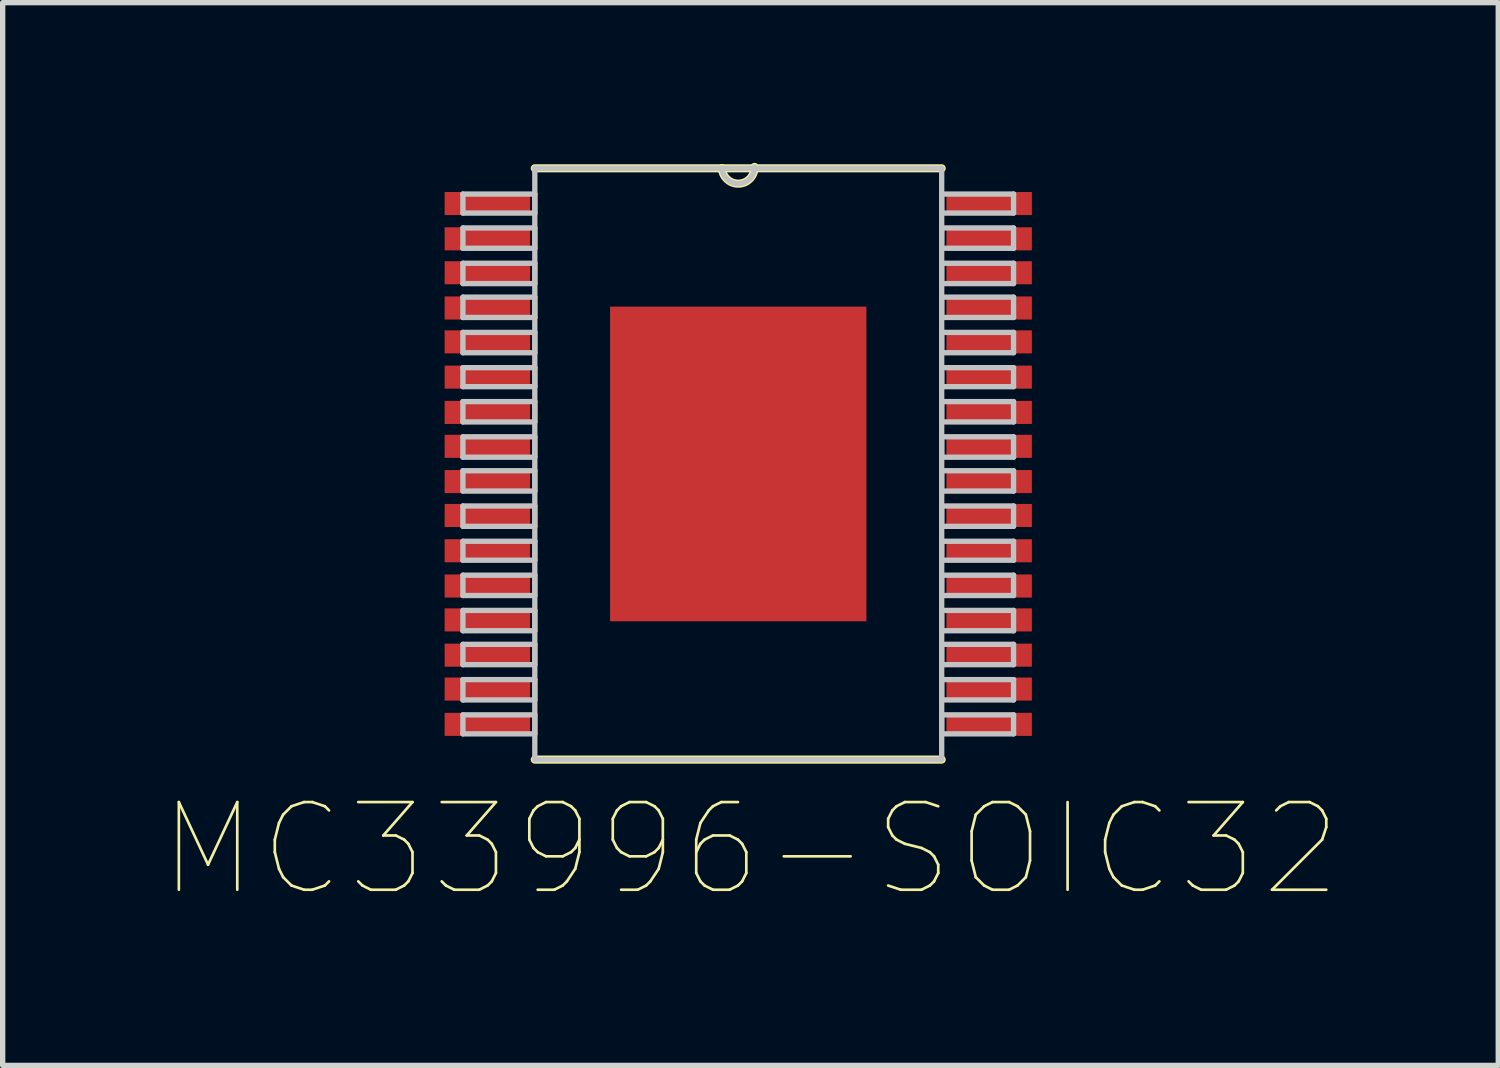
<source format=kicad_pcb>
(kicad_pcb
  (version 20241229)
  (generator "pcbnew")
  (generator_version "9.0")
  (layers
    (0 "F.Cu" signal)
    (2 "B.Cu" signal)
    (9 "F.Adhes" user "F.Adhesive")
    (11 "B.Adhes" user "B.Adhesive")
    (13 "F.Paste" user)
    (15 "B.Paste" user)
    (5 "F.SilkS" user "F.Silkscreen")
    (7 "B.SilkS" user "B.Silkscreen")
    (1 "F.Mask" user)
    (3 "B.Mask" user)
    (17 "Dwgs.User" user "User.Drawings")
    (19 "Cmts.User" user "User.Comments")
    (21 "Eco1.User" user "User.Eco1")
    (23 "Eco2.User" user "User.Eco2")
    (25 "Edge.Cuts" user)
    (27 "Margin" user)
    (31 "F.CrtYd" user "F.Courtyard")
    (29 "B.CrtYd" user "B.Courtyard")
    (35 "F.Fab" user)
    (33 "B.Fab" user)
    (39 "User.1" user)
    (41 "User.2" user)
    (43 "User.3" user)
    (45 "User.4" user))
  (footprint "MC33996-SOIC32"
    (layer "F.Cu")
    (at 10.776 5.639)
    (property "Reference" "MC33996-SOIC32" (at 0.229 7.217 0) (layer "F.SilkS") (effects (font (size 1.641 1.641) (thickness 0.05))))
    (attr smd)
    (fp_line (start -3.81 5.537) (end 3.81 5.537) (stroke (width 0.152) (type solid)) (layer "F.SilkS"))
    (fp_line (start -0.305 -5.537) (end -3.81 -5.537) (stroke (width 0.152) (type solid)) (layer "F.SilkS"))
    (fp_line (start 3.81 -5.537) (end -0.305 -5.537) (stroke (width 0.152) (type solid)) (layer "F.SilkS"))
    (fp_arc (start 0.3048 -5.5626) (mid 0.0127 -5.2451) (end -0.3048 -5.5372) (stroke (width 0.1524) (type solid)) (layer "F.SilkS"))
    (fp_line (start -5.156 -5.055) (end -5.156 -4.699) (stroke (width 0.1) (type solid)) (layer "Dwgs.User"))
    (fp_line (start -5.156 -4.699) (end -3.81 -4.699) (stroke (width 0.1) (type solid)) (layer "Dwgs.User"))
    (fp_line (start -5.156 -4.42) (end -5.156 -4.039) (stroke (width 0.1) (type solid)) (layer "Dwgs.User"))
    (fp_line (start -5.156 -4.039) (end -3.81 -4.039) (stroke (width 0.1) (type solid)) (layer "Dwgs.User"))
    (fp_line (start -5.156 -3.759) (end -5.156 -3.378) (stroke (width 0.1) (type solid)) (layer "Dwgs.User"))
    (fp_line (start -5.156 -3.378) (end -3.81 -3.378) (stroke (width 0.1) (type solid)) (layer "Dwgs.User"))
    (fp_line (start -5.156 -3.124) (end -5.156 -2.743) (stroke (width 0.1) (type solid)) (layer "Dwgs.User"))
    (fp_line (start -5.156 -2.743) (end -3.81 -2.743) (stroke (width 0.1) (type solid)) (layer "Dwgs.User"))
    (fp_line (start -5.156 -2.464) (end -5.156 -2.083) (stroke (width 0.1) (type solid)) (layer "Dwgs.User"))
    (fp_line (start -5.156 -2.083) (end -3.81 -2.083) (stroke (width 0.1) (type solid)) (layer "Dwgs.User"))
    (fp_line (start -5.156 -1.803) (end -5.156 -1.448) (stroke (width 0.1) (type solid)) (layer "Dwgs.User"))
    (fp_line (start -5.156 -1.448) (end -3.81 -1.448) (stroke (width 0.1) (type solid)) (layer "Dwgs.User"))
    (fp_line (start -5.156 -1.168) (end -5.156 -0.787) (stroke (width 0.1) (type solid)) (layer "Dwgs.User"))
    (fp_line (start -5.156 -0.787) (end -3.81 -0.787) (stroke (width 0.1) (type solid)) (layer "Dwgs.User"))
    (fp_line (start -5.156 -0.508) (end -5.156 -0.127) (stroke (width 0.1) (type solid)) (layer "Dwgs.User"))
    (fp_line (start -5.156 -0.127) (end -3.81 -0.127) (stroke (width 0.1) (type solid)) (layer "Dwgs.User"))
    (fp_line (start -5.156 0.127) (end -5.156 0.508) (stroke (width 0.1) (type solid)) (layer "Dwgs.User"))
    (fp_line (start -5.156 0.508) (end -3.81 0.508) (stroke (width 0.1) (type solid)) (layer "Dwgs.User"))
    (fp_line (start -5.156 0.787) (end -5.156 1.168) (stroke (width 0.1) (type solid)) (layer "Dwgs.User"))
    (fp_line (start -5.156 1.168) (end -3.81 1.168) (stroke (width 0.1) (type solid)) (layer "Dwgs.User"))
    (fp_line (start -5.156 1.448) (end -5.156 1.803) (stroke (width 0.1) (type solid)) (layer "Dwgs.User"))
    (fp_line (start -5.156 1.803) (end -3.81 1.803) (stroke (width 0.1) (type solid)) (layer "Dwgs.User"))
    (fp_line (start -5.156 2.083) (end -5.156 2.464) (stroke (width 0.1) (type solid)) (layer "Dwgs.User"))
    (fp_line (start -5.156 2.464) (end -3.81 2.464) (stroke (width 0.1) (type solid)) (layer "Dwgs.User"))
    (fp_line (start -5.156 2.743) (end -5.156 3.124) (stroke (width 0.1) (type solid)) (layer "Dwgs.User"))
    (fp_line (start -5.156 3.124) (end -3.81 3.124) (stroke (width 0.1) (type solid)) (layer "Dwgs.User"))
    (fp_line (start -5.156 3.378) (end -5.156 3.759) (stroke (width 0.1) (type solid)) (layer "Dwgs.User"))
    (fp_line (start -5.156 3.759) (end -3.81 3.759) (stroke (width 0.1) (type solid)) (layer "Dwgs.User"))
    (fp_line (start -5.156 4.039) (end -5.156 4.42) (stroke (width 0.1) (type solid)) (layer "Dwgs.User"))
    (fp_line (start -5.156 4.42) (end -3.81 4.42) (stroke (width 0.1) (type solid)) (layer "Dwgs.User"))
    (fp_line (start -5.156 4.699) (end -5.156 5.055) (stroke (width 0.1) (type solid)) (layer "Dwgs.User"))
    (fp_line (start -5.156 5.055) (end -3.81 5.055) (stroke (width 0.1) (type solid)) (layer "Dwgs.User"))
    (fp_line (start -3.81 -5.537) (end -3.81 5.537) (stroke (width 0.1) (type solid)) (layer "Dwgs.User"))
    (fp_line (start -3.81 -5.055) (end -5.156 -5.055) (stroke (width 0.1) (type solid)) (layer "Dwgs.User"))
    (fp_line (start -3.81 -4.699) (end -3.81 -5.055) (stroke (width 0.1) (type solid)) (layer "Dwgs.User"))
    (fp_line (start -3.81 -4.42) (end -5.156 -4.42) (stroke (width 0.1) (type solid)) (layer "Dwgs.User"))
    (fp_line (start -3.81 -4.039) (end -3.81 -4.42) (stroke (width 0.1) (type solid)) (layer "Dwgs.User"))
    (fp_line (start -3.81 -3.759) (end -5.156 -3.759) (stroke (width 0.1) (type solid)) (layer "Dwgs.User"))
    (fp_line (start -3.81 -3.378) (end -3.81 -3.759) (stroke (width 0.1) (type solid)) (layer "Dwgs.User"))
    (fp_line (start -3.81 -3.124) (end -5.156 -3.124) (stroke (width 0.1) (type solid)) (layer "Dwgs.User"))
    (fp_line (start -3.81 -2.743) (end -3.81 -3.124) (stroke (width 0.1) (type solid)) (layer "Dwgs.User"))
    (fp_line (start -3.81 -2.464) (end -5.156 -2.464) (stroke (width 0.1) (type solid)) (layer "Dwgs.User"))
    (fp_line (start -3.81 -2.083) (end -3.81 -2.464) (stroke (width 0.1) (type solid)) (layer "Dwgs.User"))
    (fp_line (start -3.81 -1.803) (end -5.156 -1.803) (stroke (width 0.1) (type solid)) (layer "Dwgs.User"))
    (fp_line (start -3.81 -1.448) (end -3.81 -1.803) (stroke (width 0.1) (type solid)) (layer "Dwgs.User"))
    (fp_line (start -3.81 -1.168) (end -5.156 -1.168) (stroke (width 0.1) (type solid)) (layer "Dwgs.User"))
    (fp_line (start -3.81 -0.787) (end -3.81 -1.168) (stroke (width 0.1) (type solid)) (layer "Dwgs.User"))
    (fp_line (start -3.81 -0.508) (end -5.156 -0.508) (stroke (width 0.1) (type solid)) (layer "Dwgs.User"))
    (fp_line (start -3.81 -0.127) (end -3.81 -0.508) (stroke (width 0.1) (type solid)) (layer "Dwgs.User"))
    (fp_line (start -3.81 0.127) (end -5.156 0.127) (stroke (width 0.1) (type solid)) (layer "Dwgs.User"))
    (fp_line (start -3.81 0.508) (end -3.81 0.127) (stroke (width 0.1) (type solid)) (layer "Dwgs.User"))
    (fp_line (start -3.81 0.787) (end -5.156 0.787) (stroke (width 0.1) (type solid)) (layer "Dwgs.User"))
    (fp_line (start -3.81 1.168) (end -3.81 0.787) (stroke (width 0.1) (type solid)) (layer "Dwgs.User"))
    (fp_line (start -3.81 1.448) (end -5.156 1.448) (stroke (width 0.1) (type solid)) (layer "Dwgs.User"))
    (fp_line (start -3.81 1.803) (end -3.81 1.448) (stroke (width 0.1) (type solid)) (layer "Dwgs.User"))
    (fp_line (start -3.81 2.083) (end -5.156 2.083) (stroke (width 0.1) (type solid)) (layer "Dwgs.User"))
    (fp_line (start -3.81 2.464) (end -3.81 2.083) (stroke (width 0.1) (type solid)) (layer "Dwgs.User"))
    (fp_line (start -3.81 2.743) (end -5.156 2.743) (stroke (width 0.1) (type solid)) (layer "Dwgs.User"))
    (fp_line (start -3.81 3.124) (end -3.81 2.743) (stroke (width 0.1) (type solid)) (layer "Dwgs.User"))
    (fp_line (start -3.81 3.378) (end -5.156 3.378) (stroke (width 0.1) (type solid)) (layer "Dwgs.User"))
    (fp_line (start -3.81 3.759) (end -3.81 3.378) (stroke (width 0.1) (type solid)) (layer "Dwgs.User"))
    (fp_line (start -3.81 4.039) (end -5.156 4.039) (stroke (width 0.1) (type solid)) (layer "Dwgs.User"))
    (fp_line (start -3.81 4.42) (end -3.81 4.039) (stroke (width 0.1) (type solid)) (layer "Dwgs.User"))
    (fp_line (start -3.81 4.699) (end -5.156 4.699) (stroke (width 0.1) (type solid)) (layer "Dwgs.User"))
    (fp_line (start -3.81 5.055) (end -3.81 4.699) (stroke (width 0.1) (type solid)) (layer "Dwgs.User"))
    (fp_line (start -3.81 5.537) (end 3.81 5.537) (stroke (width 0.1) (type solid)) (layer "Dwgs.User"))
    (fp_line (start -0.305 -5.537) (end -3.81 -5.537) (stroke (width 0.1) (type solid)) (layer "Dwgs.User"))
    (fp_line (start 3.81 -5.537) (end -0.305 -5.537) (stroke (width 0.1) (type solid)) (layer "Dwgs.User"))
    (fp_line (start 3.81 -5.055) (end 3.81 -4.699) (stroke (width 0.1) (type solid)) (layer "Dwgs.User"))
    (fp_line (start 3.81 -4.699) (end 5.156 -4.699) (stroke (width 0.1) (type solid)) (layer "Dwgs.User"))
    (fp_line (start 3.81 -4.42) (end 3.81 -4.039) (stroke (width 0.1) (type solid)) (layer "Dwgs.User"))
    (fp_line (start 3.81 -4.039) (end 5.156 -4.039) (stroke (width 0.1) (type solid)) (layer "Dwgs.User"))
    (fp_line (start 3.81 -3.759) (end 3.81 -3.378) (stroke (width 0.1) (type solid)) (layer "Dwgs.User"))
    (fp_line (start 3.81 -3.378) (end 5.156 -3.378) (stroke (width 0.1) (type solid)) (layer "Dwgs.User"))
    (fp_line (start 3.81 -3.124) (end 3.81 -2.743) (stroke (width 0.1) (type solid)) (layer "Dwgs.User"))
    (fp_line (start 3.81 -2.743) (end 5.156 -2.743) (stroke (width 0.1) (type solid)) (layer "Dwgs.User"))
    (fp_line (start 3.81 -2.464) (end 3.81 -2.083) (stroke (width 0.1) (type solid)) (layer "Dwgs.User"))
    (fp_line (start 3.81 -2.083) (end 5.156 -2.083) (stroke (width 0.1) (type solid)) (layer "Dwgs.User"))
    (fp_line (start 3.81 -1.803) (end 3.81 -1.448) (stroke (width 0.1) (type solid)) (layer "Dwgs.User"))
    (fp_line (start 3.81 -1.448) (end 5.156 -1.448) (stroke (width 0.1) (type solid)) (layer "Dwgs.User"))
    (fp_line (start 3.81 -1.168) (end 3.81 -0.787) (stroke (width 0.1) (type solid)) (layer "Dwgs.User"))
    (fp_line (start 3.81 -0.787) (end 5.156 -0.787) (stroke (width 0.1) (type solid)) (layer "Dwgs.User"))
    (fp_line (start 3.81 -0.508) (end 3.81 -0.127) (stroke (width 0.1) (type solid)) (layer "Dwgs.User"))
    (fp_line (start 3.81 -0.127) (end 5.156 -0.127) (stroke (width 0.1) (type solid)) (layer "Dwgs.User"))
    (fp_line (start 3.81 0.127) (end 3.81 0.508) (stroke (width 0.1) (type solid)) (layer "Dwgs.User"))
    (fp_line (start 3.81 0.508) (end 5.156 0.508) (stroke (width 0.1) (type solid)) (layer "Dwgs.User"))
    (fp_line (start 3.81 0.787) (end 3.81 1.168) (stroke (width 0.1) (type solid)) (layer "Dwgs.User"))
    (fp_line (start 3.81 1.168) (end 5.156 1.168) (stroke (width 0.1) (type solid)) (layer "Dwgs.User"))
    (fp_line (start 3.81 1.448) (end 3.81 1.803) (stroke (width 0.1) (type solid)) (layer "Dwgs.User"))
    (fp_line (start 3.81 1.803) (end 5.156 1.803) (stroke (width 0.1) (type solid)) (layer "Dwgs.User"))
    (fp_line (start 3.81 2.083) (end 3.81 2.464) (stroke (width 0.1) (type solid)) (layer "Dwgs.User"))
    (fp_line (start 3.81 2.464) (end 5.156 2.464) (stroke (width 0.1) (type solid)) (layer "Dwgs.User"))
    (fp_line (start 3.81 2.743) (end 3.81 3.124) (stroke (width 0.1) (type solid)) (layer "Dwgs.User"))
    (fp_line (start 3.81 3.124) (end 5.156 3.124) (stroke (width 0.1) (type solid)) (layer "Dwgs.User"))
    (fp_line (start 3.81 3.378) (end 3.81 3.759) (stroke (width 0.1) (type solid)) (layer "Dwgs.User"))
    (fp_line (start 3.81 3.759) (end 5.156 3.759) (stroke (width 0.1) (type solid)) (layer "Dwgs.User"))
    (fp_line (start 3.81 4.039) (end 3.81 4.42) (stroke (width 0.1) (type solid)) (layer "Dwgs.User"))
    (fp_line (start 3.81 4.42) (end 5.156 4.42) (stroke (width 0.1) (type solid)) (layer "Dwgs.User"))
    (fp_line (start 3.81 4.699) (end 3.81 5.055) (stroke (width 0.1) (type solid)) (layer "Dwgs.User"))
    (fp_line (start 3.81 5.055) (end 5.156 5.055) (stroke (width 0.1) (type solid)) (layer "Dwgs.User"))
    (fp_line (start 3.81 5.537) (end 3.81 -5.537) (stroke (width 0.1) (type solid)) (layer "Dwgs.User"))
    (fp_line (start 5.156 -5.055) (end 3.81 -5.055) (stroke (width 0.1) (type solid)) (layer "Dwgs.User"))
    (fp_line (start 5.156 -4.699) (end 5.156 -5.055) (stroke (width 0.1) (type solid)) (layer "Dwgs.User"))
    (fp_line (start 5.156 -4.42) (end 3.81 -4.42) (stroke (width 0.1) (type solid)) (layer "Dwgs.User"))
    (fp_line (start 5.156 -4.039) (end 5.156 -4.42) (stroke (width 0.1) (type solid)) (layer "Dwgs.User"))
    (fp_line (start 5.156 -3.759) (end 3.81 -3.759) (stroke (width 0.1) (type solid)) (layer "Dwgs.User"))
    (fp_line (start 5.156 -3.378) (end 5.156 -3.759) (stroke (width 0.1) (type solid)) (layer "Dwgs.User"))
    (fp_line (start 5.156 -3.124) (end 3.81 -3.124) (stroke (width 0.1) (type solid)) (layer "Dwgs.User"))
    (fp_line (start 5.156 -2.743) (end 5.156 -3.124) (stroke (width 0.1) (type solid)) (layer "Dwgs.User"))
    (fp_line (start 5.156 -2.464) (end 3.81 -2.464) (stroke (width 0.1) (type solid)) (layer "Dwgs.User"))
    (fp_line (start 5.156 -2.083) (end 5.156 -2.464) (stroke (width 0.1) (type solid)) (layer "Dwgs.User"))
    (fp_line (start 5.156 -1.803) (end 3.81 -1.803) (stroke (width 0.1) (type solid)) (layer "Dwgs.User"))
    (fp_line (start 5.156 -1.448) (end 5.156 -1.803) (stroke (width 0.1) (type solid)) (layer "Dwgs.User"))
    (fp_line (start 5.156 -1.168) (end 3.81 -1.168) (stroke (width 0.1) (type solid)) (layer "Dwgs.User"))
    (fp_line (start 5.156 -0.787) (end 5.156 -1.168) (stroke (width 0.1) (type solid)) (layer "Dwgs.User"))
    (fp_line (start 5.156 -0.508) (end 3.81 -0.508) (stroke (width 0.1) (type solid)) (layer "Dwgs.User"))
    (fp_line (start 5.156 -0.127) (end 5.156 -0.508) (stroke (width 0.1) (type solid)) (layer "Dwgs.User"))
    (fp_line (start 5.156 0.127) (end 3.81 0.127) (stroke (width 0.1) (type solid)) (layer "Dwgs.User"))
    (fp_line (start 5.156 0.508) (end 5.156 0.127) (stroke (width 0.1) (type solid)) (layer "Dwgs.User"))
    (fp_line (start 5.156 0.787) (end 3.81 0.787) (stroke (width 0.1) (type solid)) (layer "Dwgs.User"))
    (fp_line (start 5.156 1.168) (end 5.156 0.787) (stroke (width 0.1) (type solid)) (layer "Dwgs.User"))
    (fp_line (start 5.156 1.448) (end 3.81 1.448) (stroke (width 0.1) (type solid)) (layer "Dwgs.User"))
    (fp_line (start 5.156 1.803) (end 5.156 1.448) (stroke (width 0.1) (type solid)) (layer "Dwgs.User"))
    (fp_line (start 5.156 2.083) (end 3.81 2.083) (stroke (width 0.1) (type solid)) (layer "Dwgs.User"))
    (fp_line (start 5.156 2.464) (end 5.156 2.083) (stroke (width 0.1) (type solid)) (layer "Dwgs.User"))
    (fp_line (start 5.156 2.743) (end 3.81 2.743) (stroke (width 0.1) (type solid)) (layer "Dwgs.User"))
    (fp_line (start 5.156 3.124) (end 5.156 2.743) (stroke (width 0.1) (type solid)) (layer "Dwgs.User"))
    (fp_line (start 5.156 3.378) (end 3.81 3.378) (stroke (width 0.1) (type solid)) (layer "Dwgs.User"))
    (fp_line (start 5.156 3.759) (end 5.156 3.378) (stroke (width 0.1) (type solid)) (layer "Dwgs.User"))
    (fp_line (start 5.156 4.039) (end 3.81 4.039) (stroke (width 0.1) (type solid)) (layer "Dwgs.User"))
    (fp_line (start 5.156 4.42) (end 5.156 4.039) (stroke (width 0.1) (type solid)) (layer "Dwgs.User"))
    (fp_line (start 5.156 4.699) (end 3.81 4.699) (stroke (width 0.1) (type solid)) (layer "Dwgs.User"))
    (fp_line (start 5.156 5.055) (end 5.156 4.699) (stroke (width 0.1) (type solid)) (layer "Dwgs.User"))
    (fp_arc (start 0.3048 -5.5626) (mid 0.0127 -5.2451) (end -0.3048 -5.5372) (stroke (width 0.1) (type solid)) (layer "Dwgs.User"))
    (pad "1" smd rect (at -4.699 -4.877) (size 1.6 0.432) (layers "F.Cu" "F.Mask" "F.Paste"))
    (pad "2" smd rect (at -4.699 -4.216) (size 1.6 0.432) (layers "F.Cu" "F.Mask" "F.Paste"))
    (pad "3" smd rect (at -4.699 -3.581) (size 1.6 0.432) (layers "F.Cu" "F.Mask" "F.Paste"))
    (pad "4" smd rect (at -4.699 -2.921) (size 1.6 0.432) (layers "F.Cu" "F.Mask" "F.Paste"))
    (pad "5" smd rect (at -4.699 -2.286) (size 1.6 0.432) (layers "F.Cu" "F.Mask" "F.Paste"))
    (pad "6" smd rect (at -4.699 -1.626) (size 1.6 0.432) (layers "F.Cu" "F.Mask" "F.Paste"))
    (pad "7" smd rect (at -4.699 -0.965) (size 1.6 0.432) (layers "F.Cu" "F.Mask" "F.Paste"))
    (pad "8" smd rect (at -4.699 -0.33) (size 1.6 0.432) (layers "F.Cu" "F.Mask" "F.Paste"))
    (pad "9" smd rect (at -4.699 0.33) (size 1.6 0.432) (layers "F.Cu" "F.Mask" "F.Paste"))
    (pad "10" smd rect (at -4.699 0.965) (size 1.6 0.432) (layers "F.Cu" "F.Mask" "F.Paste"))
    (pad "11" smd rect (at -4.699 1.626) (size 1.6 0.432) (layers "F.Cu" "F.Mask" "F.Paste"))
    (pad "12" smd rect (at -4.699 2.286) (size 1.6 0.432) (layers "F.Cu" "F.Mask" "F.Paste"))
    (pad "13" smd rect (at -4.699 2.921) (size 1.6 0.432) (layers "F.Cu" "F.Mask" "F.Paste"))
    (pad "14" smd rect (at -4.699 3.581) (size 1.6 0.432) (layers "F.Cu" "F.Mask" "F.Paste"))
    (pad "15" smd rect (at -4.699 4.216) (size 1.6 0.432) (layers "F.Cu" "F.Mask" "F.Paste"))
    (pad "16" smd rect (at -4.699 4.877) (size 1.6 0.432) (layers "F.Cu" "F.Mask" "F.Paste"))
    (pad "17" smd rect (at 4.699 4.877) (size 1.6 0.432) (layers "F.Cu" "F.Mask" "F.Paste"))
    (pad "18" smd rect (at 4.699 4.216) (size 1.6 0.432) (layers "F.Cu" "F.Mask" "F.Paste"))
    (pad "19" smd rect (at 4.699 3.581) (size 1.6 0.432) (layers "F.Cu" "F.Mask" "F.Paste"))
    (pad "20" smd rect (at 4.699 2.921) (size 1.6 0.432) (layers "F.Cu" "F.Mask" "F.Paste"))
    (pad "21" smd rect (at 4.699 2.286) (size 1.6 0.432) (layers "F.Cu" "F.Mask" "F.Paste"))
    (pad "22" smd rect (at 4.699 1.626) (size 1.6 0.432) (layers "F.Cu" "F.Mask" "F.Paste"))
    (pad "23" smd rect (at 4.699 0.965) (size 1.6 0.432) (layers "F.Cu" "F.Mask" "F.Paste"))
    (pad "24" smd rect (at 4.699 0.33) (size 1.6 0.432) (layers "F.Cu" "F.Mask" "F.Paste"))
    (pad "25" smd rect (at 4.699 -0.33) (size 1.6 0.432) (layers "F.Cu" "F.Mask" "F.Paste"))
    (pad "26" smd rect (at 4.699 -0.965) (size 1.6 0.432) (layers "F.Cu" "F.Mask" "F.Paste"))
    (pad "27" smd rect (at 4.699 -1.626) (size 1.6 0.432) (layers "F.Cu" "F.Mask" "F.Paste"))
    (pad "28" smd rect (at 4.699 -2.286) (size 1.6 0.432) (layers "F.Cu" "F.Mask" "F.Paste"))
    (pad "29" smd rect (at 4.699 -2.921) (size 1.6 0.432) (layers "F.Cu" "F.Mask" "F.Paste"))
    (pad "30" smd rect (at 4.699 -3.581) (size 1.6 0.432) (layers "F.Cu" "F.Mask" "F.Paste"))
    (pad "31" smd rect (at 4.699 -4.216) (size 1.6 0.432) (layers "F.Cu" "F.Mask" "F.Paste"))
    (pad "32" smd rect (at 4.699 -4.877) (size 1.6 0.432) (layers "F.Cu" "F.Mask" "F.Paste"))
    (pad "33" smd rect (at 0 0) (size 4.801 5.893) (layers "F.Cu" "F.Mask" "F.Paste")))
  (gr_rect
    (start -3 -3)
    (end 25.01 16.903)
    (stroke (width 0.1) (type default))
    (fill no)
    (layer "Edge.Cuts")))
</source>
